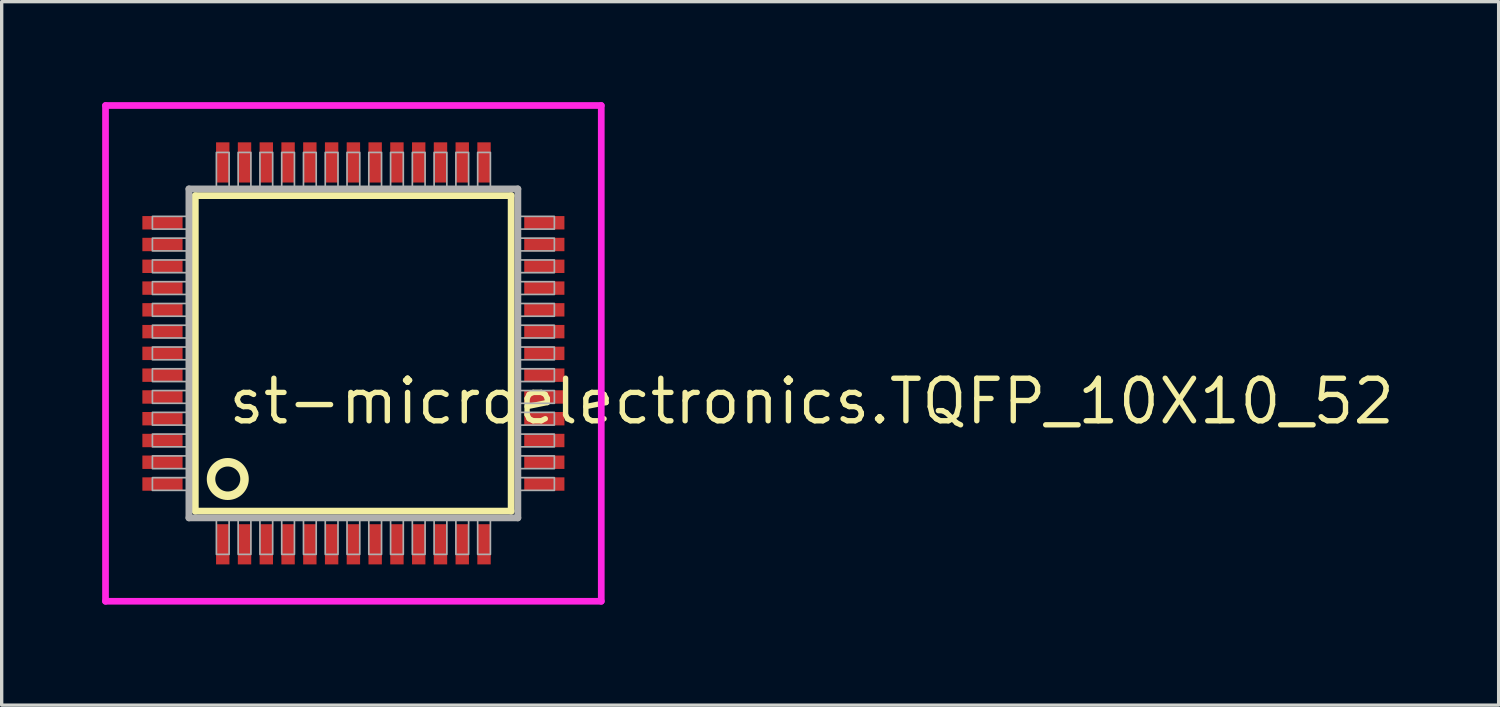
<source format=kicad_pcb>
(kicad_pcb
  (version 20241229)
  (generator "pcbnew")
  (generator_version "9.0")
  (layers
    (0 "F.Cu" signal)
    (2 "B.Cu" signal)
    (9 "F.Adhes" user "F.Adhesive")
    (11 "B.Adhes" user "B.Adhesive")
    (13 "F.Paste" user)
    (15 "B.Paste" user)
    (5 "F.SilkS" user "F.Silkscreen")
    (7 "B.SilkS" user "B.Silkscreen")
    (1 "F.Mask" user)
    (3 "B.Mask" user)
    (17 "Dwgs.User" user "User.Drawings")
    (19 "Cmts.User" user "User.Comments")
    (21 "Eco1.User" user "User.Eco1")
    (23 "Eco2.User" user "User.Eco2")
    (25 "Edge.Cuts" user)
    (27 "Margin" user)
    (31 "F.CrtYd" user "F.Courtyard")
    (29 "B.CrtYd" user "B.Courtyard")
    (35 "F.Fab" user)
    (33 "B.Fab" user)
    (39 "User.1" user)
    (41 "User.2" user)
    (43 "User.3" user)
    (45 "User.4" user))
  (footprint "st-microelectronics.TQFP_10X10_52"
    (layer "F.Cu")
    (at 7.5 7.5)
    (property "Reference" "st-microelectronics.TQFP_10X10_52" (at -3.81 2.175 0) (layer "F.SilkS") (effects (font (size 1.27 1.27) (thickness 0.16)) (justify left bottom)))
    (attr smd)
    (fp_line (start -4.72 -4.71) (end 4.71 -4.71) (stroke (width 0.203) (type default)) (layer "F.SilkS"))
    (fp_line (start -4.72 4.71) (end -4.72 -4.71) (stroke (width 0.203) (type default)) (layer "F.SilkS"))
    (fp_line (start 4.71 -4.71) (end 4.71 4.71) (stroke (width 0.203) (type default)) (layer "F.SilkS"))
    (fp_line (start 4.71 4.71) (end -4.72 4.71) (stroke (width 0.203) (type default)) (layer "F.SilkS"))
    (fp_circle (center -3.75 3.75) (end -3.25 3.75) (stroke (width 0.254) (type default)) (fill no) (layer "F.SilkS"))
    (fp_line (start -7.4 -7.4) (end 7.4 -7.4) (stroke (width 0.2) (type default)) (layer "F.CrtYd"))
    (fp_line (start -7.4 7.4) (end -7.4 -7.4) (stroke (width 0.2) (type default)) (layer "F.CrtYd"))
    (fp_line (start 7.4 -7.4) (end 7.4 7.4) (stroke (width 0.2) (type default)) (layer "F.CrtYd"))
    (fp_line (start 7.4 7.4) (end -7.4 7.4) (stroke (width 0.2) (type default)) (layer "F.CrtYd"))
    (fp_line (start -4.91 -4.91) (end -4.91 4.91) (stroke (width 0.203) (type default)) (layer "F.Fab"))
    (fp_line (start -4.91 4.91) (end 4.91 4.91) (stroke (width 0.203) (type default)) (layer "F.Fab"))
    (fp_line (start 4.91 -4.91) (end -4.91 -4.91) (stroke (width 0.203) (type default)) (layer "F.Fab"))
    (fp_line (start 4.91 4.91) (end 4.91 -4.91) (stroke (width 0.203) (type default)) (layer "F.Fab"))
    (fp_rect (start -6 -3.71) (end -4.95 -4.09) (stroke (width 0.05) (type default)) (fill no) (layer "F.Fab"))
    (fp_rect (start -6 -3.06) (end -4.95 -3.44) (stroke (width 0.05) (type default)) (fill no) (layer "F.Fab"))
    (fp_rect (start -6 -2.41) (end -4.95 -2.79) (stroke (width 0.05) (type default)) (fill no) (layer "F.Fab"))
    (fp_rect (start -6 -1.76) (end -4.95 -2.14) (stroke (width 0.05) (type default)) (fill no) (layer "F.Fab"))
    (fp_rect (start -6 -1.11) (end -4.95 -1.49) (stroke (width 0.05) (type default)) (fill no) (layer "F.Fab"))
    (fp_rect (start -6 -0.46) (end -4.95 -0.84) (stroke (width 0.05) (type default)) (fill no) (layer "F.Fab"))
    (fp_rect (start -6 0.19) (end -4.95 -0.19) (stroke (width 0.05) (type default)) (fill no) (layer "F.Fab"))
    (fp_rect (start -6 0.84) (end -4.95 0.46) (stroke (width 0.05) (type default)) (fill no) (layer "F.Fab"))
    (fp_rect (start -6 1.49) (end -4.95 1.11) (stroke (width 0.05) (type default)) (fill no) (layer "F.Fab"))
    (fp_rect (start -6 2.14) (end -4.95 1.76) (stroke (width 0.05) (type default)) (fill no) (layer "F.Fab"))
    (fp_rect (start -6 2.79) (end -4.95 2.41) (stroke (width 0.05) (type default)) (fill no) (layer "F.Fab"))
    (fp_rect (start -6 3.44) (end -4.95 3.06) (stroke (width 0.05) (type default)) (fill no) (layer "F.Fab"))
    (fp_rect (start -6 4.09) (end -4.95 3.71) (stroke (width 0.05) (type default)) (fill no) (layer "F.Fab"))
    (fp_rect (start -4.09 -4.95) (end -3.71 -6) (stroke (width 0.05) (type default)) (fill no) (layer "F.Fab"))
    (fp_rect (start -4.09 6) (end -3.71 4.95) (stroke (width 0.05) (type default)) (fill no) (layer "F.Fab"))
    (fp_rect (start -3.44 -4.95) (end -3.06 -6) (stroke (width 0.05) (type default)) (fill no) (layer "F.Fab"))
    (fp_rect (start -3.44 6) (end -3.06 4.95) (stroke (width 0.05) (type default)) (fill no) (layer "F.Fab"))
    (fp_rect (start -2.79 -4.95) (end -2.41 -6) (stroke (width 0.05) (type default)) (fill no) (layer "F.Fab"))
    (fp_rect (start -2.79 6) (end -2.41 4.95) (stroke (width 0.05) (type default)) (fill no) (layer "F.Fab"))
    (fp_rect (start -2.14 -4.95) (end -1.76 -6) (stroke (width 0.05) (type default)) (fill no) (layer "F.Fab"))
    (fp_rect (start -2.14 6) (end -1.76 4.95) (stroke (width 0.05) (type default)) (fill no) (layer "F.Fab"))
    (fp_rect (start -1.49 -4.95) (end -1.11 -6) (stroke (width 0.05) (type default)) (fill no) (layer "F.Fab"))
    (fp_rect (start -1.49 6) (end -1.11 4.95) (stroke (width 0.05) (type default)) (fill no) (layer "F.Fab"))
    (fp_rect (start -0.84 -4.95) (end -0.46 -6) (stroke (width 0.05) (type default)) (fill no) (layer "F.Fab"))
    (fp_rect (start -0.84 6) (end -0.46 4.95) (stroke (width 0.05) (type default)) (fill no) (layer "F.Fab"))
    (fp_rect (start -0.19 -4.95) (end 0.19 -6) (stroke (width 0.05) (type default)) (fill no) (layer "F.Fab"))
    (fp_rect (start -0.19 6) (end 0.19 4.95) (stroke (width 0.05) (type default)) (fill no) (layer "F.Fab"))
    (fp_rect (start 0.46 -4.95) (end 0.84 -6) (stroke (width 0.05) (type default)) (fill no) (layer "F.Fab"))
    (fp_rect (start 0.46 6) (end 0.84 4.95) (stroke (width 0.05) (type default)) (fill no) (layer "F.Fab"))
    (fp_rect (start 1.11 -4.95) (end 1.49 -6) (stroke (width 0.05) (type default)) (fill no) (layer "F.Fab"))
    (fp_rect (start 1.11 6) (end 1.49 4.95) (stroke (width 0.05) (type default)) (fill no) (layer "F.Fab"))
    (fp_rect (start 1.76 -4.95) (end 2.14 -6) (stroke (width 0.05) (type default)) (fill no) (layer "F.Fab"))
    (fp_rect (start 1.76 6) (end 2.14 4.95) (stroke (width 0.05) (type default)) (fill no) (layer "F.Fab"))
    (fp_rect (start 2.41 -4.95) (end 2.79 -6) (stroke (width 0.05) (type default)) (fill no) (layer "F.Fab"))
    (fp_rect (start 2.41 6) (end 2.79 4.95) (stroke (width 0.05) (type default)) (fill no) (layer "F.Fab"))
    (fp_rect (start 3.06 -4.95) (end 3.44 -6) (stroke (width 0.05) (type default)) (fill no) (layer "F.Fab"))
    (fp_rect (start 3.06 6) (end 3.44 4.95) (stroke (width 0.05) (type default)) (fill no) (layer "F.Fab"))
    (fp_rect (start 3.71 -4.95) (end 4.09 -6) (stroke (width 0.05) (type default)) (fill no) (layer "F.Fab"))
    (fp_rect (start 3.71 6) (end 4.09 4.95) (stroke (width 0.05) (type default)) (fill no) (layer "F.Fab"))
    (fp_rect (start 4.95 -3.71) (end 6 -4.09) (stroke (width 0.05) (type default)) (fill no) (layer "F.Fab"))
    (fp_rect (start 4.95 -3.06) (end 6 -3.44) (stroke (width 0.05) (type default)) (fill no) (layer "F.Fab"))
    (fp_rect (start 4.95 -2.41) (end 6 -2.79) (stroke (width 0.05) (type default)) (fill no) (layer "F.Fab"))
    (fp_rect (start 4.95 -1.76) (end 6 -2.14) (stroke (width 0.05) (type default)) (fill no) (layer "F.Fab"))
    (fp_rect (start 4.95 -1.11) (end 6 -1.49) (stroke (width 0.05) (type default)) (fill no) (layer "F.Fab"))
    (fp_rect (start 4.95 -0.46) (end 6 -0.84) (stroke (width 0.05) (type default)) (fill no) (layer "F.Fab"))
    (fp_rect (start 4.95 0.19) (end 6 -0.19) (stroke (width 0.05) (type default)) (fill no) (layer "F.Fab"))
    (fp_rect (start 4.95 0.84) (end 6 0.46) (stroke (width 0.05) (type default)) (fill no) (layer "F.Fab"))
    (fp_rect (start 4.95 1.49) (end 6 1.11) (stroke (width 0.05) (type default)) (fill no) (layer "F.Fab"))
    (fp_rect (start 4.95 2.14) (end 6 1.76) (stroke (width 0.05) (type default)) (fill no) (layer "F.Fab"))
    (fp_rect (start 4.95 2.79) (end 6 2.41) (stroke (width 0.05) (type default)) (fill no) (layer "F.Fab"))
    (fp_rect (start 4.95 3.44) (end 6 3.06) (stroke (width 0.05) (type default)) (fill no) (layer "F.Fab"))
    (fp_rect (start 4.95 4.09) (end 6 3.71) (stroke (width 0.05) (type default)) (fill no) (layer "F.Fab"))
    (pad "1" smd roundrect (at -3.9 5.7) (size 0.4 1.2) (layers "F.Cu" "F.Mask" "F.Paste") (roundrect_rratio 0.01))
    (pad "2" smd roundrect (at -3.25 5.7) (size 0.4 1.2) (layers "F.Cu" "F.Mask" "F.Paste") (roundrect_rratio 0.01))
    (pad "3" smd roundrect (at -2.6 5.7) (size 0.4 1.2) (layers "F.Cu" "F.Mask" "F.Paste") (roundrect_rratio 0.01))
    (pad "4" smd roundrect (at -1.95 5.7) (size 0.4 1.2) (layers "F.Cu" "F.Mask" "F.Paste") (roundrect_rratio 0.01))
    (pad "5" smd roundrect (at -1.3 5.7) (size 0.4 1.2) (layers "F.Cu" "F.Mask" "F.Paste") (roundrect_rratio 0.01))
    (pad "6" smd roundrect (at -0.65 5.7) (size 0.4 1.2) (layers "F.Cu" "F.Mask" "F.Paste") (roundrect_rratio 0.01))
    (pad "7" smd roundrect (at 0 5.7) (size 0.4 1.2) (layers "F.Cu" "F.Mask" "F.Paste") (roundrect_rratio 0.01))
    (pad "8" smd roundrect (at 0.65 5.7) (size 0.4 1.2) (layers "F.Cu" "F.Mask" "F.Paste") (roundrect_rratio 0.01))
    (pad "9" smd roundrect (at 1.3 5.7) (size 0.4 1.2) (layers "F.Cu" "F.Mask" "F.Paste") (roundrect_rratio 0.01))
    (pad "10" smd roundrect (at 1.95 5.7) (size 0.4 1.2) (layers "F.Cu" "F.Mask" "F.Paste") (roundrect_rratio 0.01))
    (pad "11" smd roundrect (at 2.6 5.7) (size 0.4 1.2) (layers "F.Cu" "F.Mask" "F.Paste") (roundrect_rratio 0.01))
    (pad "12" smd roundrect (at 3.25 5.7) (size 0.4 1.2) (layers "F.Cu" "F.Mask" "F.Paste") (roundrect_rratio 0.01))
    (pad "13" smd roundrect (at 3.9 5.7) (size 0.4 1.2) (layers "F.Cu" "F.Mask" "F.Paste") (roundrect_rratio 0.01))
    (pad "14" smd roundrect (at 5.7 3.9) (size 1.2 0.4) (layers "F.Cu" "F.Mask" "F.Paste") (roundrect_rratio 0.01))
    (pad "15" smd roundrect (at 5.7 3.25) (size 1.2 0.4) (layers "F.Cu" "F.Mask" "F.Paste") (roundrect_rratio 0.01))
    (pad "16" smd roundrect (at 5.7 2.6) (size 1.2 0.4) (layers "F.Cu" "F.Mask" "F.Paste") (roundrect_rratio 0.01))
    (pad "17" smd roundrect (at 5.7 1.95) (size 1.2 0.4) (layers "F.Cu" "F.Mask" "F.Paste") (roundrect_rratio 0.01))
    (pad "18" smd roundrect (at 5.7 1.3) (size 1.2 0.4) (layers "F.Cu" "F.Mask" "F.Paste") (roundrect_rratio 0.01))
    (pad "19" smd roundrect (at 5.7 0.65) (size 1.2 0.4) (layers "F.Cu" "F.Mask" "F.Paste") (roundrect_rratio 0.01))
    (pad "20" smd roundrect (at 5.7 0) (size 1.2 0.4) (layers "F.Cu" "F.Mask" "F.Paste") (roundrect_rratio 0.01))
    (pad "21" smd roundrect (at 5.7 -0.65) (size 1.2 0.4) (layers "F.Cu" "F.Mask" "F.Paste") (roundrect_rratio 0.01))
    (pad "22" smd roundrect (at 5.7 -1.3) (size 1.2 0.4) (layers "F.Cu" "F.Mask" "F.Paste") (roundrect_rratio 0.01))
    (pad "23" smd roundrect (at 5.7 -1.95) (size 1.2 0.4) (layers "F.Cu" "F.Mask" "F.Paste") (roundrect_rratio 0.01))
    (pad "24" smd roundrect (at 5.7 -2.6) (size 1.2 0.4) (layers "F.Cu" "F.Mask" "F.Paste") (roundrect_rratio 0.01))
    (pad "25" smd roundrect (at 5.7 -3.25) (size 1.2 0.4) (layers "F.Cu" "F.Mask" "F.Paste") (roundrect_rratio 0.01))
    (pad "26" smd roundrect (at 5.7 -3.9) (size 1.2 0.4) (layers "F.Cu" "F.Mask" "F.Paste") (roundrect_rratio 0.01))
    (pad "27" smd roundrect (at 3.9 -5.7) (size 0.4 1.2) (layers "F.Cu" "F.Mask" "F.Paste") (roundrect_rratio 0.01))
    (pad "28" smd roundrect (at 3.25 -5.7) (size 0.4 1.2) (layers "F.Cu" "F.Mask" "F.Paste") (roundrect_rratio 0.01))
    (pad "29" smd roundrect (at 2.6 -5.7) (size 0.4 1.2) (layers "F.Cu" "F.Mask" "F.Paste") (roundrect_rratio 0.01))
    (pad "30" smd roundrect (at 1.95 -5.7) (size 0.4 1.2) (layers "F.Cu" "F.Mask" "F.Paste") (roundrect_rratio 0.01))
    (pad "31" smd roundrect (at 1.3 -5.7) (size 0.4 1.2) (layers "F.Cu" "F.Mask" "F.Paste") (roundrect_rratio 0.01))
    (pad "32" smd roundrect (at 0.65 -5.7) (size 0.4 1.2) (layers "F.Cu" "F.Mask" "F.Paste") (roundrect_rratio 0.01))
    (pad "33" smd roundrect (at 0 -5.7) (size 0.4 1.2) (layers "F.Cu" "F.Mask" "F.Paste") (roundrect_rratio 0.01))
    (pad "34" smd roundrect (at -0.65 -5.7) (size 0.4 1.2) (layers "F.Cu" "F.Mask" "F.Paste") (roundrect_rratio 0.01))
    (pad "35" smd roundrect (at -1.3 -5.7) (size 0.4 1.2) (layers "F.Cu" "F.Mask" "F.Paste") (roundrect_rratio 0.01))
    (pad "36" smd roundrect (at -1.95 -5.7) (size 0.4 1.2) (layers "F.Cu" "F.Mask" "F.Paste") (roundrect_rratio 0.01))
    (pad "37" smd roundrect (at -2.6 -5.7) (size 0.4 1.2) (layers "F.Cu" "F.Mask" "F.Paste") (roundrect_rratio 0.01))
    (pad "38" smd roundrect (at -3.25 -5.7) (size 0.4 1.2) (layers "F.Cu" "F.Mask" "F.Paste") (roundrect_rratio 0.01))
    (pad "39" smd roundrect (at -3.9 -5.7) (size 0.4 1.2) (layers "F.Cu" "F.Mask" "F.Paste") (roundrect_rratio 0.01))
    (pad "40" smd roundrect (at -5.7 -3.9) (size 1.2 0.4) (layers "F.Cu" "F.Mask" "F.Paste") (roundrect_rratio 0.01))
    (pad "41" smd roundrect (at -5.7 -3.25) (size 1.2 0.4) (layers "F.Cu" "F.Mask" "F.Paste") (roundrect_rratio 0.01))
    (pad "42" smd roundrect (at -5.7 -2.6) (size 1.2 0.4) (layers "F.Cu" "F.Mask" "F.Paste") (roundrect_rratio 0.01))
    (pad "43" smd roundrect (at -5.7 -1.95) (size 1.2 0.4) (layers "F.Cu" "F.Mask" "F.Paste") (roundrect_rratio 0.01))
    (pad "44" smd roundrect (at -5.7 -1.3) (size 1.2 0.4) (layers "F.Cu" "F.Mask" "F.Paste") (roundrect_rratio 0.01))
    (pad "45" smd roundrect (at -5.7 -0.65) (size 1.2 0.4) (layers "F.Cu" "F.Mask" "F.Paste") (roundrect_rratio 0.01))
    (pad "46" smd roundrect (at -5.7 0) (size 1.2 0.4) (layers "F.Cu" "F.Mask" "F.Paste") (roundrect_rratio 0.01))
    (pad "47" smd roundrect (at -5.7 0.65) (size 1.2 0.4) (layers "F.Cu" "F.Mask" "F.Paste") (roundrect_rratio 0.01))
    (pad "48" smd roundrect (at -5.7 1.3) (size 1.2 0.4) (layers "F.Cu" "F.Mask" "F.Paste") (roundrect_rratio 0.01))
    (pad "49" smd roundrect (at -5.7 1.95) (size 1.2 0.4) (layers "F.Cu" "F.Mask" "F.Paste") (roundrect_rratio 0.01))
    (pad "50" smd roundrect (at -5.7 2.6) (size 1.2 0.4) (layers "F.Cu" "F.Mask" "F.Paste") (roundrect_rratio 0.01))
    (pad "51" smd roundrect (at -5.7 3.25) (size 1.2 0.4) (layers "F.Cu" "F.Mask" "F.Paste") (roundrect_rratio 0.01))
    (pad "52" smd roundrect (at -5.7 3.9) (size 1.2 0.4) (layers "F.Cu" "F.Mask" "F.Paste") (roundrect_rratio 0.01)))
  (gr_rect
    (start -3 -3)
    (end 41.69 18)
    (stroke (width 0.1) (type default))
    (fill no)
    (layer "Edge.Cuts")))
</source>
